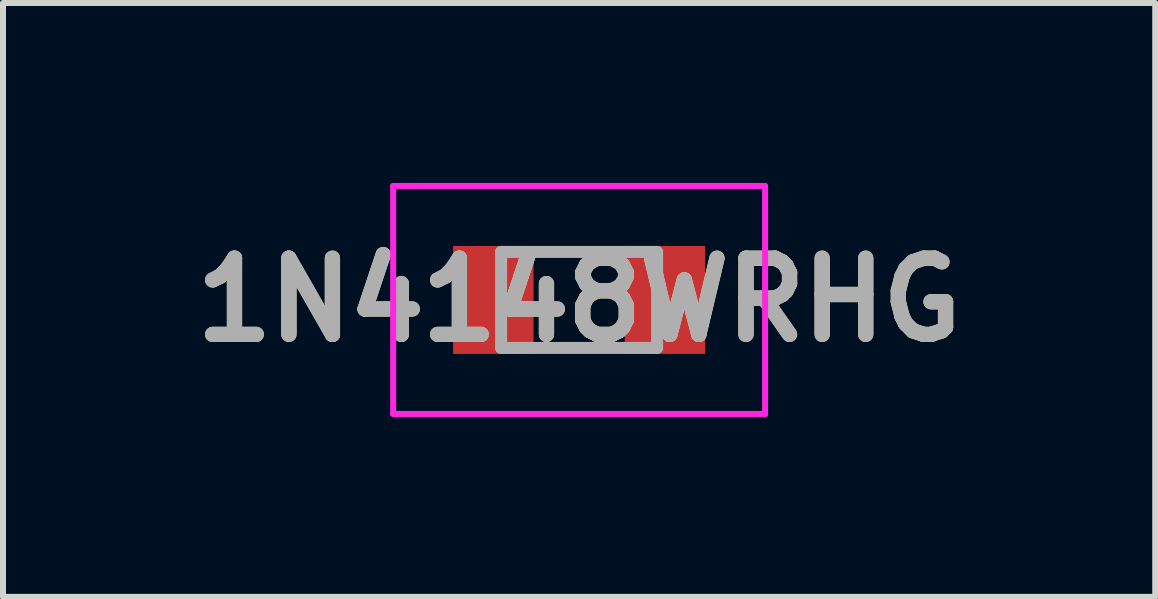
<source format=kicad_pcb>
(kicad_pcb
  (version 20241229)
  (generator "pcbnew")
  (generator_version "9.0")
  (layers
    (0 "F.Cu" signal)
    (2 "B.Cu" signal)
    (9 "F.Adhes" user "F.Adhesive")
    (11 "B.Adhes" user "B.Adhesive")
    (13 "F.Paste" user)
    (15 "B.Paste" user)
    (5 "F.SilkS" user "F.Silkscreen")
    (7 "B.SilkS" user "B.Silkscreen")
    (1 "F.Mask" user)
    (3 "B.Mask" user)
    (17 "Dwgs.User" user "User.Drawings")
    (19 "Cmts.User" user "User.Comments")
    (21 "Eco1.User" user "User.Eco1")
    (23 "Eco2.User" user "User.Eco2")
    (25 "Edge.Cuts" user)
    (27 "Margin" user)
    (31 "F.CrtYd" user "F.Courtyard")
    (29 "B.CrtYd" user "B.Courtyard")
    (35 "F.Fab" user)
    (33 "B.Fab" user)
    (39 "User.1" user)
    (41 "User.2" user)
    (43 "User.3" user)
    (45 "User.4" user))
  (footprint "1N4148WRHG"
    (layer "F.Cu")
    (at 6.604 1.95)
    (property "Reference" "1N4148WRHG" (at 0 0 0) (layer "F.SilkS") (effects (font (size 1.27 1.27) (thickness 0.254))))
    (attr smd)
    (fp_line (start -0.4 -0.8) (end 0.4 -0.8) (stroke (width 0.1) (type solid)) (layer "F.SilkS"))
    (fp_line (start 0.4 0.8) (end -0.4 0.8) (stroke (width 0.1) (type solid)) (layer "F.SilkS"))
    (fp_line (start -3.1 -1.9) (end 3.1 -1.9) (stroke (width 0.1) (type solid)) (layer "F.CrtYd"))
    (fp_line (start -3.1 1.9) (end -3.1 -1.9) (stroke (width 0.1) (type solid)) (layer "F.CrtYd"))
    (fp_line (start 3.1 -1.9) (end 3.1 1.9) (stroke (width 0.1) (type solid)) (layer "F.CrtYd"))
    (fp_line (start 3.1 1.9) (end -3.1 1.9) (stroke (width 0.1) (type solid)) (layer "F.CrtYd"))
    (fp_line (start -1.3 -0.8) (end 1.3 -0.8) (stroke (width 0.2) (type solid)) (layer "F.Fab"))
    (fp_line (start -1.3 0.8) (end -1.3 -0.8) (stroke (width 0.2) (type solid)) (layer "F.Fab"))
    (fp_line (start 1.3 -0.8) (end 1.3 0.8) (stroke (width 0.2) (type solid)) (layer "F.Fab"))
    (fp_line (start 1.3 0.8) (end -1.3 0.8) (stroke (width 0.2) (type solid)) (layer "F.Fab"))
    (fp_text user "${REFERENCE}" (at 0 0 0) (layer "F.Fab") (effects (font (size 1.27 1.27) (thickness 0.254))))
    (pad "1" smd rect (at -1.43 0) (size 1.34 1.8) (layers "F.Cu" "F.Mask" "F.Paste"))
    (pad "2" smd rect (at 1.43 0) (size 1.34 1.8) (layers "F.Cu" "F.Mask" "F.Paste")))
  (gr_rect
    (start -3 -3)
    (end 16.208 6.9)
    (stroke (width 0.1) (type default))
    (fill no)
    (layer "Edge.Cuts")))
</source>
